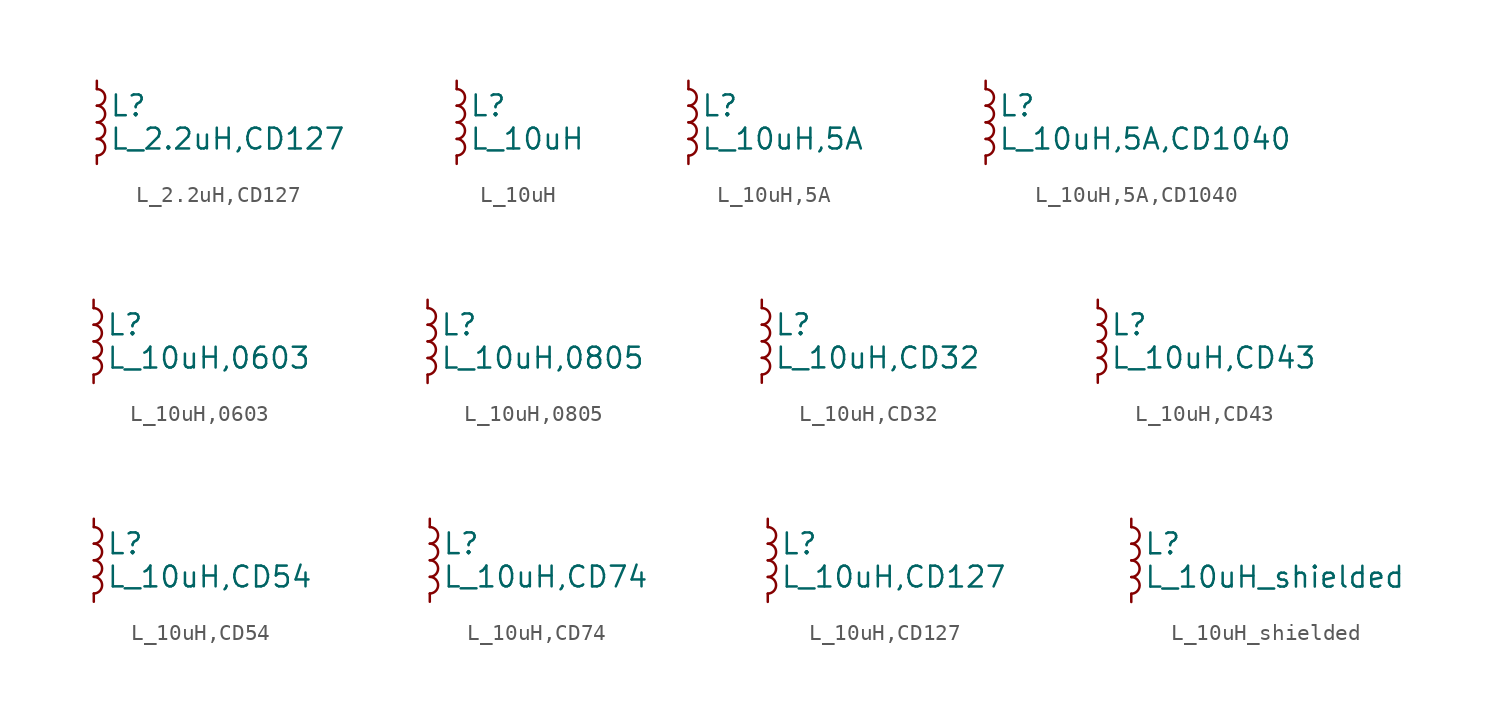
<source format=kicad_sym>
(kicad_symbol_lib
  (version 20211014)
  (generator kicad_symbol_editor)
  (symbol "L_2.2uH,CD127"
    (pin_numbers hide)
    (pin_names
      (offset 0.254) hide)
    (property "Reference" "L"
      (at 0.762 1.016 0)
      (effects (font (size 1.27 1.27)) (justify left)))
    (property "Value" "L_2.2uH,CD127"
      (at 0.762 -1.016 0)
      (effects (font (size 1.27 1.27)) (justify left)))
    (symbol "L_2.2uH,CD127_0_1"
      (arc (start 0 -2.032) (mid 0.508 -1.524) (end 0 -1.016) (stroke (width 0) (type default) (color 0 0 0 0)) (fill (type none)))
      (arc (start 0 -1.016) (mid 0.508 -0.508) (end 0 0) (stroke (width 0) (type default) (color 0 0 0 0)) (fill (type none)))
      (arc (start 0 0) (mid 0.508 0.508) (end 0 1.016) (stroke (width 0) (type default) (color 0 0 0 0)) (fill (type none)))
      (arc (start 0 1.016) (mid 0.508 1.524) (end 0 2.032) (stroke (width 0) (type default) (color 0 0 0 0)) (fill (type none))))
    (symbol "L_2.2uH,CD127_1_1"
      (pin passive line (at 0 2.54 270) (length 0.508) (name "~" (effects (font (size 1.27 1.27)))) (number "1" (effects (font (size 1.27 1.27)))))
      (pin passive line (at 0 -2.54 90) (length 0.508) (name "~" (effects (font (size 1.27 1.27)))) (number "2" (effects (font (size 1.27 1.27)))))))
  (symbol "L_10uH"
    (pin_numbers hide)
    (pin_names
      (offset 0.254) hide)
    (property "Reference" "L"
      (at 0.762 1.016 0)
      (effects (font (size 1.27 1.27)) (justify left)))
    (property "Value" "L_10uH"
      (at 0.762 -1.016 0)
      (effects (font (size 1.27 1.27)) (justify left)))
    (symbol "L_10uH_0_1"
      (arc (start 0 -2.032) (mid 0.508 -1.524) (end 0 -1.016) (stroke (width 0) (type default) (color 0 0 0 0)) (fill (type none)))
      (arc (start 0 -1.016) (mid 0.508 -0.508) (end 0 0) (stroke (width 0) (type default) (color 0 0 0 0)) (fill (type none)))
      (arc (start 0 0) (mid 0.508 0.508) (end 0 1.016) (stroke (width 0) (type default) (color 0 0 0 0)) (fill (type none)))
      (arc (start 0 1.016) (mid 0.508 1.524) (end 0 2.032) (stroke (width 0) (type default) (color 0 0 0 0)) (fill (type none))))
    (symbol "L_10uH_1_1"
      (pin passive line (at 0 2.54 270) (length 0.508) (name "~" (effects (font (size 1.27 1.27)))) (number "1" (effects (font (size 1.27 1.27)))))
      (pin passive line (at 0 -2.54 90) (length 0.508) (name "~" (effects (font (size 1.27 1.27)))) (number "2" (effects (font (size 1.27 1.27)))))))
  (symbol "L_10uH,5A"
    (pin_numbers hide)
    (pin_names
      (offset 0.254) hide)
    (property "Reference" "L"
      (at 0.762 1.016 0)
      (effects (font (size 1.27 1.27)) (justify left)))
    (property "Value" "L_10uH,5A"
      (at 0.762 -1.016 0)
      (effects (font (size 1.27 1.27)) (justify left)))
    (symbol "L_10uH,5A_0_1"
      (arc (start 0 -2.032) (mid 0.508 -1.524) (end 0 -1.016) (stroke (width 0) (type default) (color 0 0 0 0)) (fill (type none)))
      (arc (start 0 -1.016) (mid 0.508 -0.508) (end 0 0) (stroke (width 0) (type default) (color 0 0 0 0)) (fill (type none)))
      (arc (start 0 0) (mid 0.508 0.508) (end 0 1.016) (stroke (width 0) (type default) (color 0 0 0 0)) (fill (type none)))
      (arc (start 0 1.016) (mid 0.508 1.524) (end 0 2.032) (stroke (width 0) (type default) (color 0 0 0 0)) (fill (type none))))
    (symbol "L_10uH,5A_1_1"
      (pin passive line (at 0 2.54 270) (length 0.508) (name "~" (effects (font (size 1.27 1.27)))) (number "1" (effects (font (size 1.27 1.27)))))
      (pin passive line (at 0 -2.54 90) (length 0.508) (name "~" (effects (font (size 1.27 1.27)))) (number "2" (effects (font (size 1.27 1.27)))))))
  (symbol "L_10uH,5A,CD1040"
    (pin_numbers hide)
    (pin_names
      (offset 0.254) hide)
    (property "Reference" "L"
      (at 0.762 1.016 0)
      (effects (font (size 1.27 1.27)) (justify left)))
    (property "Value" "L_10uH,5A,CD1040"
      (at 0.762 -1.016 0)
      (effects (font (size 1.27 1.27)) (justify left)))
    (symbol "L_10uH,5A,CD1040_0_1"
      (arc (start 0 -2.032) (mid 0.508 -1.524) (end 0 -1.016) (stroke (width 0) (type default) (color 0 0 0 0)) (fill (type none)))
      (arc (start 0 -1.016) (mid 0.508 -0.508) (end 0 0) (stroke (width 0) (type default) (color 0 0 0 0)) (fill (type none)))
      (arc (start 0 0) (mid 0.508 0.508) (end 0 1.016) (stroke (width 0) (type default) (color 0 0 0 0)) (fill (type none)))
      (arc (start 0 1.016) (mid 0.508 1.524) (end 0 2.032) (stroke (width 0) (type default) (color 0 0 0 0)) (fill (type none))))
    (symbol "L_10uH,5A,CD1040_1_1"
      (pin passive line (at 0 2.54 270) (length 0.508) (name "~" (effects (font (size 1.27 1.27)))) (number "1" (effects (font (size 1.27 1.27)))))
      (pin passive line (at 0 -2.54 90) (length 0.508) (name "~" (effects (font (size 1.27 1.27)))) (number "2" (effects (font (size 1.27 1.27)))))))
  (symbol "L_10uH,0603"
    (pin_numbers hide)
    (pin_names
      (offset 0.254) hide)
    (property "Reference" "L"
      (at 0.762 1.016 0)
      (effects (font (size 1.27 1.27)) (justify left)))
    (property "Value" "L_10uH,0603"
      (at 0.762 -1.016 0)
      (effects (font (size 1.27 1.27)) (justify left)))
    (symbol "L_10uH,0603_0_1"
      (arc (start 0 -2.032) (mid 0.508 -1.524) (end 0 -1.016) (stroke (width 0) (type default) (color 0 0 0 0)) (fill (type none)))
      (arc (start 0 -1.016) (mid 0.508 -0.508) (end 0 0) (stroke (width 0) (type default) (color 0 0 0 0)) (fill (type none)))
      (arc (start 0 0) (mid 0.508 0.508) (end 0 1.016) (stroke (width 0) (type default) (color 0 0 0 0)) (fill (type none)))
      (arc (start 0 1.016) (mid 0.508 1.524) (end 0 2.032) (stroke (width 0) (type default) (color 0 0 0 0)) (fill (type none))))
    (symbol "L_10uH,0603_1_1"
      (pin passive line (at 0 2.54 270) (length 0.508) (name "~" (effects (font (size 1.27 1.27)))) (number "1" (effects (font (size 1.27 1.27)))))
      (pin passive line (at 0 -2.54 90) (length 0.508) (name "~" (effects (font (size 1.27 1.27)))) (number "2" (effects (font (size 1.27 1.27)))))))
  (symbol "L_10uH,0805"
    (pin_numbers hide)
    (pin_names
      (offset 0.254) hide)
    (property "Reference" "L"
      (at 0.762 1.016 0)
      (effects (font (size 1.27 1.27)) (justify left)))
    (property "Value" "L_10uH,0805"
      (at 0.762 -1.016 0)
      (effects (font (size 1.27 1.27)) (justify left)))
    (symbol "L_10uH,0805_0_1"
      (arc (start 0 -2.032) (mid 0.508 -1.524) (end 0 -1.016) (stroke (width 0) (type default) (color 0 0 0 0)) (fill (type none)))
      (arc (start 0 -1.016) (mid 0.508 -0.508) (end 0 0) (stroke (width 0) (type default) (color 0 0 0 0)) (fill (type none)))
      (arc (start 0 0) (mid 0.508 0.508) (end 0 1.016) (stroke (width 0) (type default) (color 0 0 0 0)) (fill (type none)))
      (arc (start 0 1.016) (mid 0.508 1.524) (end 0 2.032) (stroke (width 0) (type default) (color 0 0 0 0)) (fill (type none))))
    (symbol "L_10uH,0805_1_1"
      (pin passive line (at 0 2.54 270) (length 0.508) (name "~" (effects (font (size 1.27 1.27)))) (number "1" (effects (font (size 1.27 1.27)))))
      (pin passive line (at 0 -2.54 90) (length 0.508) (name "~" (effects (font (size 1.27 1.27)))) (number "2" (effects (font (size 1.27 1.27)))))))
  (symbol "L_10uH,CD32"
    (pin_numbers hide)
    (pin_names
      (offset 0.254) hide)
    (property "Reference" "L"
      (at 0.762 1.016 0)
      (effects (font (size 1.27 1.27)) (justify left)))
    (property "Value" "L_10uH,CD32"
      (at 0.762 -1.016 0)
      (effects (font (size 1.27 1.27)) (justify left)))
    (symbol "L_10uH,CD32_0_1"
      (arc (start 0 -2.032) (mid 0.508 -1.524) (end 0 -1.016) (stroke (width 0) (type default) (color 0 0 0 0)) (fill (type none)))
      (arc (start 0 -1.016) (mid 0.508 -0.508) (end 0 0) (stroke (width 0) (type default) (color 0 0 0 0)) (fill (type none)))
      (arc (start 0 0) (mid 0.508 0.508) (end 0 1.016) (stroke (width 0) (type default) (color 0 0 0 0)) (fill (type none)))
      (arc (start 0 1.016) (mid 0.508 1.524) (end 0 2.032) (stroke (width 0) (type default) (color 0 0 0 0)) (fill (type none))))
    (symbol "L_10uH,CD32_1_1"
      (pin passive line (at 0 2.54 270) (length 0.508) (name "~" (effects (font (size 1.27 1.27)))) (number "1" (effects (font (size 1.27 1.27)))))
      (pin passive line (at 0 -2.54 90) (length 0.508) (name "~" (effects (font (size 1.27 1.27)))) (number "2" (effects (font (size 1.27 1.27)))))))
  (symbol "L_10uH,CD43"
    (pin_numbers hide)
    (pin_names
      (offset 0.254) hide)
    (property "Reference" "L"
      (at 0.762 1.016 0)
      (effects (font (size 1.27 1.27)) (justify left)))
    (property "Value" "L_10uH,CD43"
      (at 0.762 -1.016 0)
      (effects (font (size 1.27 1.27)) (justify left)))
    (symbol "L_10uH,CD43_0_1"
      (arc (start 0 -2.032) (mid 0.508 -1.524) (end 0 -1.016) (stroke (width 0) (type default) (color 0 0 0 0)) (fill (type none)))
      (arc (start 0 -1.016) (mid 0.508 -0.508) (end 0 0) (stroke (width 0) (type default) (color 0 0 0 0)) (fill (type none)))
      (arc (start 0 0) (mid 0.508 0.508) (end 0 1.016) (stroke (width 0) (type default) (color 0 0 0 0)) (fill (type none)))
      (arc (start 0 1.016) (mid 0.508 1.524) (end 0 2.032) (stroke (width 0) (type default) (color 0 0 0 0)) (fill (type none))))
    (symbol "L_10uH,CD43_1_1"
      (pin passive line (at 0 2.54 270) (length 0.508) (name "~" (effects (font (size 1.27 1.27)))) (number "1" (effects (font (size 1.27 1.27)))))
      (pin passive line (at 0 -2.54 90) (length 0.508) (name "~" (effects (font (size 1.27 1.27)))) (number "2" (effects (font (size 1.27 1.27)))))))
  (symbol "L_10uH,CD54"
    (pin_numbers hide)
    (pin_names
      (offset 0.254) hide)
    (property "Reference" "L"
      (at 0.762 1.016 0)
      (effects (font (size 1.27 1.27)) (justify left)))
    (property "Value" "L_10uH,CD54"
      (at 0.762 -1.016 0)
      (effects (font (size 1.27 1.27)) (justify left)))
    (symbol "L_10uH,CD54_0_1"
      (arc (start 0 -2.032) (mid 0.508 -1.524) (end 0 -1.016) (stroke (width 0) (type default) (color 0 0 0 0)) (fill (type none)))
      (arc (start 0 -1.016) (mid 0.508 -0.508) (end 0 0) (stroke (width 0) (type default) (color 0 0 0 0)) (fill (type none)))
      (arc (start 0 0) (mid 0.508 0.508) (end 0 1.016) (stroke (width 0) (type default) (color 0 0 0 0)) (fill (type none)))
      (arc (start 0 1.016) (mid 0.508 1.524) (end 0 2.032) (stroke (width 0) (type default) (color 0 0 0 0)) (fill (type none))))
    (symbol "L_10uH,CD54_1_1"
      (pin passive line (at 0 2.54 270) (length 0.508) (name "~" (effects (font (size 1.27 1.27)))) (number "1" (effects (font (size 1.27 1.27)))))
      (pin passive line (at 0 -2.54 90) (length 0.508) (name "~" (effects (font (size 1.27 1.27)))) (number "2" (effects (font (size 1.27 1.27)))))))
  (symbol "L_10uH,CD74"
    (pin_numbers hide)
    (pin_names
      (offset 0.254) hide)
    (property "Reference" "L"
      (at 0.762 1.016 0)
      (effects (font (size 1.27 1.27)) (justify left)))
    (property "Value" "L_10uH,CD74"
      (at 0.762 -1.016 0)
      (effects (font (size 1.27 1.27)) (justify left)))
    (symbol "L_10uH,CD74_0_1"
      (arc (start 0 -2.032) (mid 0.508 -1.524) (end 0 -1.016) (stroke (width 0) (type default) (color 0 0 0 0)) (fill (type none)))
      (arc (start 0 -1.016) (mid 0.508 -0.508) (end 0 0) (stroke (width 0) (type default) (color 0 0 0 0)) (fill (type none)))
      (arc (start 0 0) (mid 0.508 0.508) (end 0 1.016) (stroke (width 0) (type default) (color 0 0 0 0)) (fill (type none)))
      (arc (start 0 1.016) (mid 0.508 1.524) (end 0 2.032) (stroke (width 0) (type default) (color 0 0 0 0)) (fill (type none))))
    (symbol "L_10uH,CD74_1_1"
      (pin passive line (at 0 2.54 270) (length 0.508) (name "~" (effects (font (size 1.27 1.27)))) (number "1" (effects (font (size 1.27 1.27)))))
      (pin passive line (at 0 -2.54 90) (length 0.508) (name "~" (effects (font (size 1.27 1.27)))) (number "2" (effects (font (size 1.27 1.27)))))))
  (symbol "L_10uH,CD127"
    (pin_numbers hide)
    (pin_names
      (offset 0.254) hide)
    (property "Reference" "L"
      (at 0.762 1.016 0)
      (effects (font (size 1.27 1.27)) (justify left)))
    (property "Value" "L_10uH,CD127"
      (at 0.762 -1.016 0)
      (effects (font (size 1.27 1.27)) (justify left)))
    (symbol "L_10uH,CD127_0_1"
      (arc (start 0 -2.032) (mid 0.508 -1.524) (end 0 -1.016) (stroke (width 0) (type default) (color 0 0 0 0)) (fill (type none)))
      (arc (start 0 -1.016) (mid 0.508 -0.508) (end 0 0) (stroke (width 0) (type default) (color 0 0 0 0)) (fill (type none)))
      (arc (start 0 0) (mid 0.508 0.508) (end 0 1.016) (stroke (width 0) (type default) (color 0 0 0 0)) (fill (type none)))
      (arc (start 0 1.016) (mid 0.508 1.524) (end 0 2.032) (stroke (width 0) (type default) (color 0 0 0 0)) (fill (type none))))
    (symbol "L_10uH,CD127_1_1"
      (pin passive line (at 0 2.54 270) (length 0.508) (name "~" (effects (font (size 1.27 1.27)))) (number "1" (effects (font (size 1.27 1.27)))))
      (pin passive line (at 0 -2.54 90) (length 0.508) (name "~" (effects (font (size 1.27 1.27)))) (number "2" (effects (font (size 1.27 1.27)))))))
  (symbol "L_10uH_shielded"
    (pin_numbers hide)
    (pin_names
      (offset 0.254) hide)
    (property "Reference" "L"
      (at 0.762 1.016 0)
      (effects (font (size 1.27 1.27)) (justify left)))
    (property "Value" "L_10uH_shielded"
      (at 0.762 -1.016 0)
      (effects (font (size 1.27 1.27)) (justify left)))
    (symbol "L_10uH_shielded_0_1"
      (arc (start 0 -2.032) (mid 0.508 -1.524) (end 0 -1.016) (stroke (width 0) (type default) (color 0 0 0 0)) (fill (type none)))
      (arc (start 0 -1.016) (mid 0.508 -0.508) (end 0 0) (stroke (width 0) (type default) (color 0 0 0 0)) (fill (type none)))
      (arc (start 0 0) (mid 0.508 0.508) (end 0 1.016) (stroke (width 0) (type default) (color 0 0 0 0)) (fill (type none)))
      (arc (start 0 1.016) (mid 0.508 1.524) (end 0 2.032) (stroke (width 0) (type default) (color 0 0 0 0)) (fill (type none))))
    (symbol "L_10uH_shielded_1_1"
      (pin passive line (at 0 2.54 270) (length 0.508) (name "~" (effects (font (size 1.27 1.27)))) (number "1" (effects (font (size 1.27 1.27)))))
      (pin passive line (at 0 -2.54 90) (length 0.508) (name "~" (effects (font (size 1.27 1.27)))) (number "2" (effects (font (size 1.27 1.27))))))))
</source>
